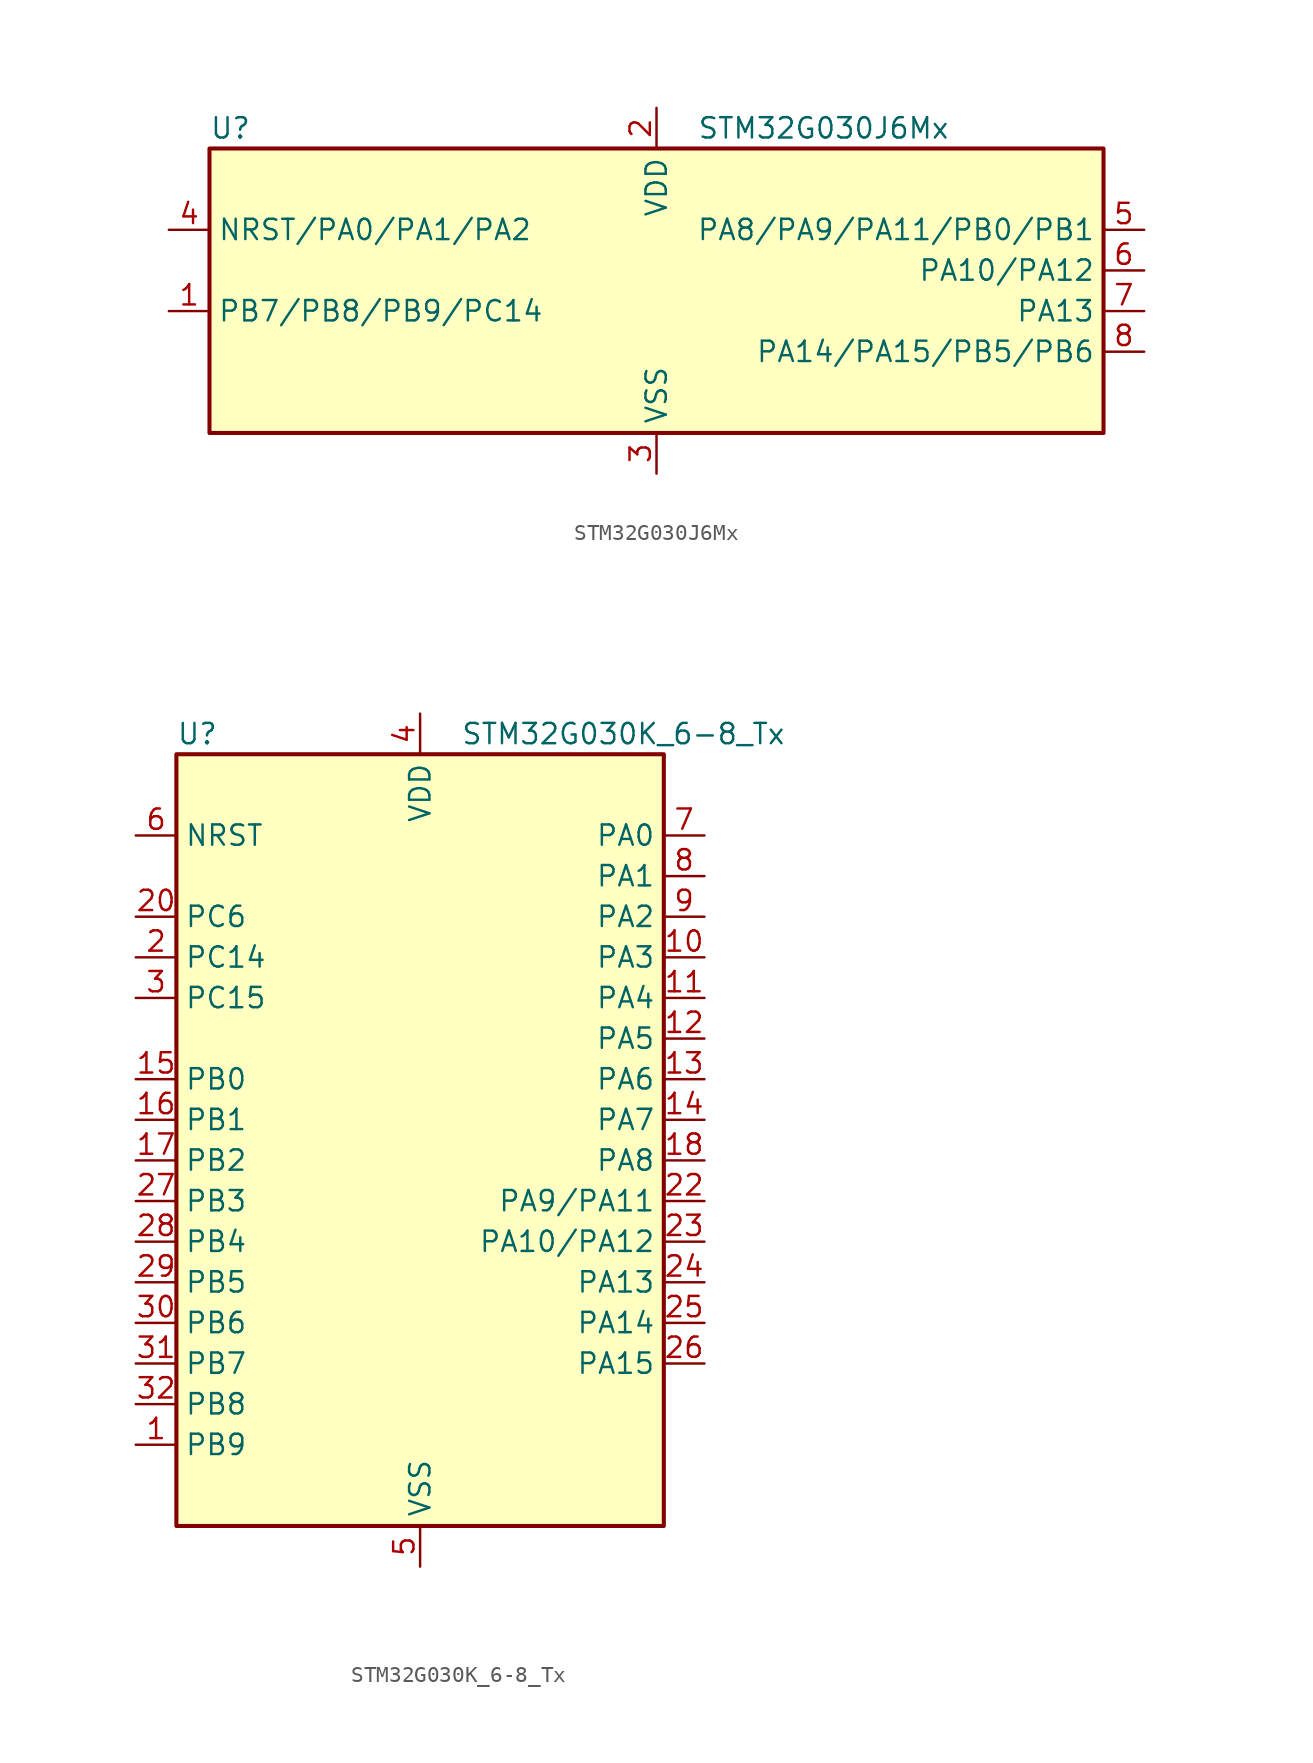
<source format=kicad_sym>
(kicad_symbol_lib
  (version 20241209)
  (generator "kicad_symbol_editor")
  (generator_version "9.0")
  (symbol "STM32G030J6Mx"
    (property "Reference" "U"
      (at -27.94 11.43 0)
      (effects (font (size 1.27 1.27)) (justify left)))
    (property "Value" "STM32G030J6Mx"
      (at 2.54 11.43 0)
      (effects (font (size 1.27 1.27)) (justify left)))
    (symbol "STM32G030J6Mx_0_1"
      (rectangle (start -27.94 -7.62) (end 27.94 10.16) (stroke (width 0.254) (type default)) (fill (type background))))
    (symbol "STM32G030J6Mx_1_1"
      (pin input line (at -30.48 5.08 0) (length 2.54) (name "NRST/PA0/PA1/PA2" (effects (font (size 1.27 1.27)))) (number "4" (effects (font (size 1.27 1.27)))) (alternate "ADC1_IN0 (PA0)" bidirectional line) (alternate "ADC1_IN1 (PA1)" bidirectional line) (alternate "ADC1_IN2 (PA2)" bidirectional line) (alternate "I2C1_SMBA (PA1)" bidirectional line) (alternate "I2S1_CK (PA1)" bidirectional line) (alternate "I2S1_SD (PA2)" bidirectional line) (alternate "NRST" bidirectional line) (alternate "PA0" bidirectional line) (alternate "PA1" bidirectional line) (alternate "PA2" bidirectional line) (alternate "RCC_LSCO (PA2)" bidirectional line) (alternate "RTC_TAMP_IN2 (PA0)" bidirectional line) (alternate "SPI1_MOSI (PA2)" bidirectional line) (alternate "SPI1_SCK (PA1)" bidirectional line) (alternate "SPI2_SCK (PA0)" bidirectional line) (alternate "SYS_WKUP1 (PA0)" bidirectional line) (alternate "SYS_WKUP4 (PA2)" bidirectional line) (alternate "USART2_CK (PA1)" bidirectional line) (alternate "USART2_CTS (PA0)" bidirectional line) (alternate "USART2_DE (PA1)" bidirectional line) (alternate "USART2_NSS (PA0)" bidirectional line) (alternate "USART2_RTS (PA1)" bidirectional line) (alternate "USART2_TX (PA2)" bidirectional line))
      (pin bidirectional line (at -30.48 0 0) (length 2.54) (name "PB7/PB8/PB9/PC14" (effects (font (size 1.27 1.27)))) (number "1" (effects (font (size 1.27 1.27)))) (alternate "ADC1_IN11 (PB7)" bidirectional line) (alternate "I2C1_SCL (PB8)" bidirectional line) (alternate "I2C1_SDA (PB7)" bidirectional line) (alternate "I2C1_SDA (PB9)" bidirectional line) (alternate "IR_OUT (PB9)" bidirectional line) (alternate "PB7" bidirectional line) (alternate "PB8" bidirectional line) (alternate "PB9" bidirectional line) (alternate "PC14" bidirectional line) (alternate "RCC_OSC32_IN (PC14)" bidirectional line) (alternate "RCC_OSC_IN (PC14)" bidirectional line) (alternate "SPI2_MOSI (PB7)" bidirectional line) (alternate "SPI2_NSS (PB9)" bidirectional line) (alternate "SPI2_SCK (PB8)" bidirectional line) (alternate "SYS_PVD_IN (PB7)" bidirectional line) (alternate "TIM16_CH1 (PB8)" bidirectional line) (alternate "TIM17_CH1 (PB9)" bidirectional line) (alternate "TIM17_CH1N (PB7)" bidirectional line) (alternate "TIM1_BK2 (PC14)" bidirectional line) (alternate "USART1_RX (PB7)" bidirectional line))
      (pin power_in line (at 0 12.7 270) (length 2.54) (name "VDD" (effects (font (size 1.27 1.27)))) (number "2" (effects (font (size 1.27 1.27)))))
      (pin power_in line (at 0 -10.16 90) (length 2.54) (name "VSS" (effects (font (size 1.27 1.27)))) (number "3" (effects (font (size 1.27 1.27)))))
      (pin bidirectional line (at 30.48 5.08 180) (length 2.54) (name "PA8/PA9/PA11/PB0/PB1" (effects (font (size 1.27 1.27)))) (number "5" (effects (font (size 1.27 1.27)))) (alternate "ADC1_EXTI11 (PA11)" bidirectional line) (alternate "ADC1_IN15 (PA11)" bidirectional line) (alternate "ADC1_IN8 (PB0)" bidirectional line) (alternate "ADC1_IN9 (PB1)" bidirectional line) (alternate "I2C1_SCL (PA9)" bidirectional line) (alternate "I2C2_SCL (PA11)" bidirectional line) (alternate "I2S1_MCK (PA11)" bidirectional line) (alternate "I2S1_WS (PB0)" bidirectional line) (alternate "PA11" bidirectional line) (alternate "PA8" bidirectional line) (alternate "PA9" bidirectional line) (alternate "PB0" bidirectional line) (alternate "PB1" bidirectional line) (alternate "RCC_MCO (PA8)" bidirectional line) (alternate "RCC_MCO (PA9)" bidirectional line) (alternate "SPI1_MISO (PA11)" bidirectional line) (alternate "SPI1_NSS (PB0)" bidirectional line) (alternate "SPI2_MISO (PA9)" bidirectional line) (alternate "SPI2_NSS (PA8)" bidirectional line) (alternate "TIM14_CH1 (PB1)" bidirectional line) (alternate "TIM1_BK2 (PA11)" bidirectional line) (alternate "TIM1_CH1 (PA8)" bidirectional line) (alternate "TIM1_CH2 (PA9)" bidirectional line) (alternate "TIM1_CH2N (PB0)" bidirectional line) (alternate "TIM1_CH3N (PB1)" bidirectional line) (alternate "TIM1_CH4 (PA11)" bidirectional line) (alternate "TIM3_CH3 (PB0)" bidirectional line) (alternate "TIM3_CH4 (PB1)" bidirectional line) (alternate "USART1_CTS (PA11)" bidirectional line) (alternate "USART1_NSS (PA11)" bidirectional line) (alternate "USART1_TX (PA9)" bidirectional line))
      (pin bidirectional line (at 30.48 2.54 180) (length 2.54) (name "PA10/PA12" (effects (font (size 1.27 1.27)))) (number "6" (effects (font (size 1.27 1.27)))) (alternate "ADC1_IN16 (PA12)" bidirectional line) (alternate "I2C1_SDA (PA10)" bidirectional line) (alternate "I2C2_SDA (PA12)" bidirectional line) (alternate "I2S1_SD (PA12)" bidirectional line) (alternate "I2S_CKIN (PA12)" bidirectional line) (alternate "PA10" bidirectional line) (alternate "PA12" bidirectional line) (alternate "SPI1_MOSI (PA12)" bidirectional line) (alternate "SPI2_MOSI (PA10)" bidirectional line) (alternate "TIM17_BK (PA10)" bidirectional line) (alternate "TIM1_CH3 (PA10)" bidirectional line) (alternate "TIM1_ETR (PA12)" bidirectional line) (alternate "USART1_CK (PA12)" bidirectional line) (alternate "USART1_DE (PA12)" bidirectional line) (alternate "USART1_RTS (PA12)" bidirectional line) (alternate "USART1_RX (PA10)" bidirectional line))
      (pin bidirectional line (at 30.48 0 180) (length 2.54) (name "PA13" (effects (font (size 1.27 1.27)))) (number "7" (effects (font (size 1.27 1.27)))) (alternate "ADC1_IN17" bidirectional line) (alternate "IR_OUT" bidirectional line) (alternate "SYS_SWDIO" bidirectional line))
      (pin bidirectional line (at 30.48 -2.54 180) (length 2.54) (name "PA14/PA15/PB5/PB6" (effects (font (size 1.27 1.27)))) (number "8" (effects (font (size 1.27 1.27)))) (alternate "ADC1_IN18 (PA14)" bidirectional line) (alternate "I2C1_SCL (PB6)" bidirectional line) (alternate "I2C1_SMBA (PB5)" bidirectional line) (alternate "I2S1_SD (PB5)" bidirectional line) (alternate "I2S1_WS (PA15)" bidirectional line) (alternate "PA14" bidirectional line) (alternate "PA15" bidirectional line) (alternate "PB5" bidirectional line) (alternate "PB6" bidirectional line) (alternate "SPI1_MOSI (PB5)" bidirectional line) (alternate "SPI1_NSS (PA15)" bidirectional line) (alternate "SPI2_MISO (PB6)" bidirectional line) (alternate "SYS_SWCLK (PA14)" bidirectional line) (alternate "SYS_WKUP6 (PB5)" bidirectional line) (alternate "TIM16_BK (PB5)" bidirectional line) (alternate "TIM16_CH1N (PB6)" bidirectional line) (alternate "TIM1_CH3 (PB6)" bidirectional line) (alternate "TIM3_CH2 (PB5)" bidirectional line) (alternate "USART1_TX (PB6)" bidirectional line) (alternate "USART2_RX (PA15)" bidirectional line) (alternate "USART2_TX (PA14)" bidirectional line))))
  (symbol "STM32G030K_6-8_Tx"
    (property "Reference" "U"
      (at -15.24 26.67 0)
      (effects (font (size 1.27 1.27)) (justify left)))
    (property "Value" "STM32G030K_6-8_Tx"
      (at 2.54 26.67 0)
      (effects (font (size 1.27 1.27)) (justify left)))
    (symbol "STM32G030K_6-8_Tx_0_1"
      (rectangle (start -15.24 -22.86) (end 15.24 25.4) (stroke (width 0.254) (type default)) (fill (type background))))
    (symbol "STM32G030K_6-8_Tx_1_1"
      (pin input line (at -17.78 20.32 0) (length 2.54) (name "NRST" (effects (font (size 1.27 1.27)))) (number "6" (effects (font (size 1.27 1.27)))))
      (pin bidirectional line (at -17.78 15.24 0) (length 2.54) (name "PC6" (effects (font (size 1.27 1.27)))) (number "20" (effects (font (size 1.27 1.27)))) (alternate "TIM3_CH1" bidirectional line))
      (pin bidirectional line (at -17.78 12.7 0) (length 2.54) (name "PC14" (effects (font (size 1.27 1.27)))) (number "2" (effects (font (size 1.27 1.27)))) (alternate "RCC_OSC32_IN" bidirectional line) (alternate "RCC_OSC_IN" bidirectional line) (alternate "TIM1_BK2" bidirectional line))
      (pin bidirectional line (at -17.78 10.16 0) (length 2.54) (name "PC15" (effects (font (size 1.27 1.27)))) (number "3" (effects (font (size 1.27 1.27)))) (alternate "RCC_OSC32_EN" bidirectional line) (alternate "RCC_OSC32_OUT" bidirectional line) (alternate "RCC_OSC_EN" bidirectional line))
      (pin bidirectional line (at -17.78 5.08 0) (length 2.54) (name "PB0" (effects (font (size 1.27 1.27)))) (number "15" (effects (font (size 1.27 1.27)))) (alternate "ADC1_IN8" bidirectional line) (alternate "I2S1_WS" bidirectional line) (alternate "SPI1_NSS" bidirectional line) (alternate "TIM1_CH2N" bidirectional line) (alternate "TIM3_CH3" bidirectional line))
      (pin bidirectional line (at -17.78 2.54 0) (length 2.54) (name "PB1" (effects (font (size 1.27 1.27)))) (number "16" (effects (font (size 1.27 1.27)))) (alternate "ADC1_IN9" bidirectional line) (alternate "TIM14_CH1" bidirectional line) (alternate "TIM1_CH3N" bidirectional line) (alternate "TIM3_CH4" bidirectional line))
      (pin bidirectional line (at -17.78 0 0) (length 2.54) (name "PB2" (effects (font (size 1.27 1.27)))) (number "17" (effects (font (size 1.27 1.27)))) (alternate "ADC1_IN10" bidirectional line) (alternate "SPI2_MISO" bidirectional line))
      (pin bidirectional line (at -17.78 -2.54 0) (length 2.54) (name "PB3" (effects (font (size 1.27 1.27)))) (number "27" (effects (font (size 1.27 1.27)))) (alternate "I2S1_CK" bidirectional line) (alternate "SPI1_SCK" bidirectional line) (alternate "TIM1_CH2" bidirectional line) (alternate "USART1_CK" bidirectional line) (alternate "USART1_DE" bidirectional line) (alternate "USART1_RTS" bidirectional line))
      (pin bidirectional line (at -17.78 -5.08 0) (length 2.54) (name "PB4" (effects (font (size 1.27 1.27)))) (number "28" (effects (font (size 1.27 1.27)))) (alternate "I2S1_MCK" bidirectional line) (alternate "SPI1_MISO" bidirectional line) (alternate "TIM17_BK" bidirectional line) (alternate "TIM3_CH1" bidirectional line) (alternate "USART1_CTS" bidirectional line) (alternate "USART1_NSS" bidirectional line))
      (pin bidirectional line (at -17.78 -7.62 0) (length 2.54) (name "PB5" (effects (font (size 1.27 1.27)))) (number "29" (effects (font (size 1.27 1.27)))) (alternate "I2C1_SMBA" bidirectional line) (alternate "I2S1_SD" bidirectional line) (alternate "SPI1_MOSI" bidirectional line) (alternate "SYS_WKUP6" bidirectional line) (alternate "TIM16_BK" bidirectional line) (alternate "TIM3_CH2" bidirectional line))
      (pin bidirectional line (at -17.78 -10.16 0) (length 2.54) (name "PB6" (effects (font (size 1.27 1.27)))) (number "30" (effects (font (size 1.27 1.27)))) (alternate "I2C1_SCL" bidirectional line) (alternate "SPI2_MISO" bidirectional line) (alternate "TIM16_CH1N" bidirectional line) (alternate "TIM1_CH3" bidirectional line) (alternate "USART1_TX" bidirectional line))
      (pin bidirectional line (at -17.78 -12.7 0) (length 2.54) (name "PB7" (effects (font (size 1.27 1.27)))) (number "31" (effects (font (size 1.27 1.27)))) (alternate "ADC1_IN11" bidirectional line) (alternate "I2C1_SDA" bidirectional line) (alternate "SPI2_MOSI" bidirectional line) (alternate "SYS_PVD_IN" bidirectional line) (alternate "TIM17_CH1N" bidirectional line) (alternate "USART1_RX" bidirectional line))
      (pin bidirectional line (at -17.78 -15.24 0) (length 2.54) (name "PB8" (effects (font (size 1.27 1.27)))) (number "32" (effects (font (size 1.27 1.27)))) (alternate "I2C1_SCL" bidirectional line) (alternate "SPI2_SCK" bidirectional line) (alternate "TIM16_CH1" bidirectional line))
      (pin bidirectional line (at -17.78 -17.78 0) (length 2.54) (name "PB9" (effects (font (size 1.27 1.27)))) (number "1" (effects (font (size 1.27 1.27)))) (alternate "I2C1_SDA" bidirectional line) (alternate "IR_OUT" bidirectional line) (alternate "SPI2_NSS" bidirectional line) (alternate "TIM17_CH1" bidirectional line))
      (pin no_connect line (at -15.24 -20.32 0) (length 2.54) (hide yes) (name "NC/PA10" (effects (font (size 1.27 1.27)))) (number "21" (effects (font (size 1.27 1.27)))) (alternate "I2C1_SDA (PA10)" bidirectional line) (alternate "NC" bidirectional line) (alternate "PA10" bidirectional line) (alternate "SPI2_MOSI (PA10)" bidirectional line) (alternate "TIM17_BK (PA10)" bidirectional line) (alternate "TIM1_CH3 (PA10)" bidirectional line) (alternate "USART1_RX (PA10)" bidirectional line))
      (pin no_connect line (at -15.24 -22.86 0) (length 2.54) (hide yes) (name "NC/PA9" (effects (font (size 1.27 1.27)))) (number "19" (effects (font (size 1.27 1.27)))) (alternate "I2C1_SCL (PA9)" bidirectional line) (alternate "NC" bidirectional line) (alternate "PA9" bidirectional line) (alternate "RCC_MCO (PA9)" bidirectional line) (alternate "SPI2_MISO (PA9)" bidirectional line) (alternate "TIM1_CH2 (PA9)" bidirectional line) (alternate "USART1_TX (PA9)" bidirectional line))
      (pin power_in line (at 0 27.94 270) (length 2.54) (name "VDD" (effects (font (size 1.27 1.27)))) (number "4" (effects (font (size 1.27 1.27)))))
      (pin power_in line (at 0 -25.4 90) (length 2.54) (name "VSS" (effects (font (size 1.27 1.27)))) (number "5" (effects (font (size 1.27 1.27)))))
      (pin bidirectional line (at 17.78 20.32 180) (length 2.54) (name "PA0" (effects (font (size 1.27 1.27)))) (number "7" (effects (font (size 1.27 1.27)))) (alternate "ADC1_IN0" bidirectional line) (alternate "RTC_TAMP_IN2" bidirectional line) (alternate "SPI2_SCK" bidirectional line) (alternate "SYS_WKUP1" bidirectional line) (alternate "USART2_CTS" bidirectional line) (alternate "USART2_NSS" bidirectional line))
      (pin bidirectional line (at 17.78 17.78 180) (length 2.54) (name "PA1" (effects (font (size 1.27 1.27)))) (number "8" (effects (font (size 1.27 1.27)))) (alternate "ADC1_IN1" bidirectional line) (alternate "I2C1_SMBA" bidirectional line) (alternate "I2S1_CK" bidirectional line) (alternate "SPI1_SCK" bidirectional line) (alternate "USART2_CK" bidirectional line) (alternate "USART2_DE" bidirectional line) (alternate "USART2_RTS" bidirectional line))
      (pin bidirectional line (at 17.78 15.24 180) (length 2.54) (name "PA2" (effects (font (size 1.27 1.27)))) (number "9" (effects (font (size 1.27 1.27)))) (alternate "ADC1_IN2" bidirectional line) (alternate "I2S1_SD" bidirectional line) (alternate "RCC_LSCO" bidirectional line) (alternate "SPI1_MOSI" bidirectional line) (alternate "SYS_WKUP4" bidirectional line) (alternate "USART2_TX" bidirectional line))
      (pin bidirectional line (at 17.78 12.7 180) (length 2.54) (name "PA3" (effects (font (size 1.27 1.27)))) (number "10" (effects (font (size 1.27 1.27)))) (alternate "ADC1_IN3" bidirectional line) (alternate "SPI2_MISO" bidirectional line) (alternate "USART2_RX" bidirectional line))
      (pin bidirectional line (at 17.78 10.16 180) (length 2.54) (name "PA4" (effects (font (size 1.27 1.27)))) (number "11" (effects (font (size 1.27 1.27)))) (alternate "ADC1_IN4" bidirectional line) (alternate "I2S1_WS" bidirectional line) (alternate "RTC_OUT_ALARM" bidirectional line) (alternate "RTC_OUT_CALIB" bidirectional line) (alternate "RTC_TAMP_IN1" bidirectional line) (alternate "RTC_TS" bidirectional line) (alternate "SPI1_NSS" bidirectional line) (alternate "SPI2_MOSI" bidirectional line) (alternate "SYS_WKUP2" bidirectional line) (alternate "TIM14_CH1" bidirectional line))
      (pin bidirectional line (at 17.78 7.62 180) (length 2.54) (name "PA5" (effects (font (size 1.27 1.27)))) (number "12" (effects (font (size 1.27 1.27)))) (alternate "ADC1_IN5" bidirectional line) (alternate "I2S1_CK" bidirectional line) (alternate "SPI1_SCK" bidirectional line))
      (pin bidirectional line (at 17.78 5.08 180) (length 2.54) (name "PA6" (effects (font (size 1.27 1.27)))) (number "13" (effects (font (size 1.27 1.27)))) (alternate "ADC1_IN6" bidirectional line) (alternate "I2S1_MCK" bidirectional line) (alternate "SPI1_MISO" bidirectional line) (alternate "TIM16_CH1" bidirectional line) (alternate "TIM1_BK" bidirectional line) (alternate "TIM3_CH1" bidirectional line))
      (pin bidirectional line (at 17.78 2.54 180) (length 2.54) (name "PA7" (effects (font (size 1.27 1.27)))) (number "14" (effects (font (size 1.27 1.27)))) (alternate "ADC1_IN7" bidirectional line) (alternate "I2S1_SD" bidirectional line) (alternate "SPI1_MOSI" bidirectional line) (alternate "TIM14_CH1" bidirectional line) (alternate "TIM17_CH1" bidirectional line) (alternate "TIM1_CH1N" bidirectional line) (alternate "TIM3_CH2" bidirectional line))
      (pin bidirectional line (at 17.78 0 180) (length 2.54) (name "PA8" (effects (font (size 1.27 1.27)))) (number "18" (effects (font (size 1.27 1.27)))) (alternate "RCC_MCO" bidirectional line) (alternate "SPI2_NSS" bidirectional line) (alternate "TIM1_CH1" bidirectional line))
      (pin bidirectional line (at 17.78 -2.54 180) (length 2.54) (name "PA9/PA11" (effects (font (size 1.27 1.27)))) (number "22" (effects (font (size 1.27 1.27)))) (alternate "ADC1_EXTI11 (PA11)" bidirectional line) (alternate "ADC1_IN15 (PA11)" bidirectional line) (alternate "I2C1_SCL (PA9)" bidirectional line) (alternate "I2C2_SCL (PA11)" bidirectional line) (alternate "I2S1_MCK (PA11)" bidirectional line) (alternate "PA11" bidirectional line) (alternate "PA9" bidirectional line) (alternate "RCC_MCO (PA9)" bidirectional line) (alternate "SPI1_MISO (PA11)" bidirectional line) (alternate "SPI2_MISO (PA9)" bidirectional line) (alternate "TIM1_BK2 (PA11)" bidirectional line) (alternate "TIM1_CH2 (PA9)" bidirectional line) (alternate "TIM1_CH4 (PA11)" bidirectional line) (alternate "USART1_CTS (PA11)" bidirectional line) (alternate "USART1_NSS (PA11)" bidirectional line) (alternate "USART1_TX (PA9)" bidirectional line))
      (pin bidirectional line (at 17.78 -5.08 180) (length 2.54) (name "PA10/PA12" (effects (font (size 1.27 1.27)))) (number "23" (effects (font (size 1.27 1.27)))) (alternate "ADC1_IN16 (PA12)" bidirectional line) (alternate "I2C1_SDA (PA10)" bidirectional line) (alternate "I2C2_SDA (PA12)" bidirectional line) (alternate "I2S1_SD (PA12)" bidirectional line) (alternate "I2S_CKIN (PA12)" bidirectional line) (alternate "PA10" bidirectional line) (alternate "PA12" bidirectional line) (alternate "SPI1_MOSI (PA12)" bidirectional line) (alternate "SPI2_MOSI (PA10)" bidirectional line) (alternate "TIM17_BK (PA10)" bidirectional line) (alternate "TIM1_CH3 (PA10)" bidirectional line) (alternate "TIM1_ETR (PA12)" bidirectional line) (alternate "USART1_CK (PA12)" bidirectional line) (alternate "USART1_DE (PA12)" bidirectional line) (alternate "USART1_RTS (PA12)" bidirectional line) (alternate "USART1_RX (PA10)" bidirectional line))
      (pin bidirectional line (at 17.78 -7.62 180) (length 2.54) (name "PA13" (effects (font (size 1.27 1.27)))) (number "24" (effects (font (size 1.27 1.27)))) (alternate "ADC1_IN17" bidirectional line) (alternate "IR_OUT" bidirectional line) (alternate "SYS_SWDIO" bidirectional line))
      (pin bidirectional line (at 17.78 -10.16 180) (length 2.54) (name "PA14" (effects (font (size 1.27 1.27)))) (number "25" (effects (font (size 1.27 1.27)))) (alternate "ADC1_IN18" bidirectional line) (alternate "SYS_SWCLK" bidirectional line) (alternate "USART2_TX" bidirectional line))
      (pin bidirectional line (at 17.78 -12.7 180) (length 2.54) (name "PA15" (effects (font (size 1.27 1.27)))) (number "26" (effects (font (size 1.27 1.27)))) (alternate "I2S1_WS" bidirectional line) (alternate "SPI1_NSS" bidirectional line) (alternate "USART2_RX" bidirectional line)))))
</source>
